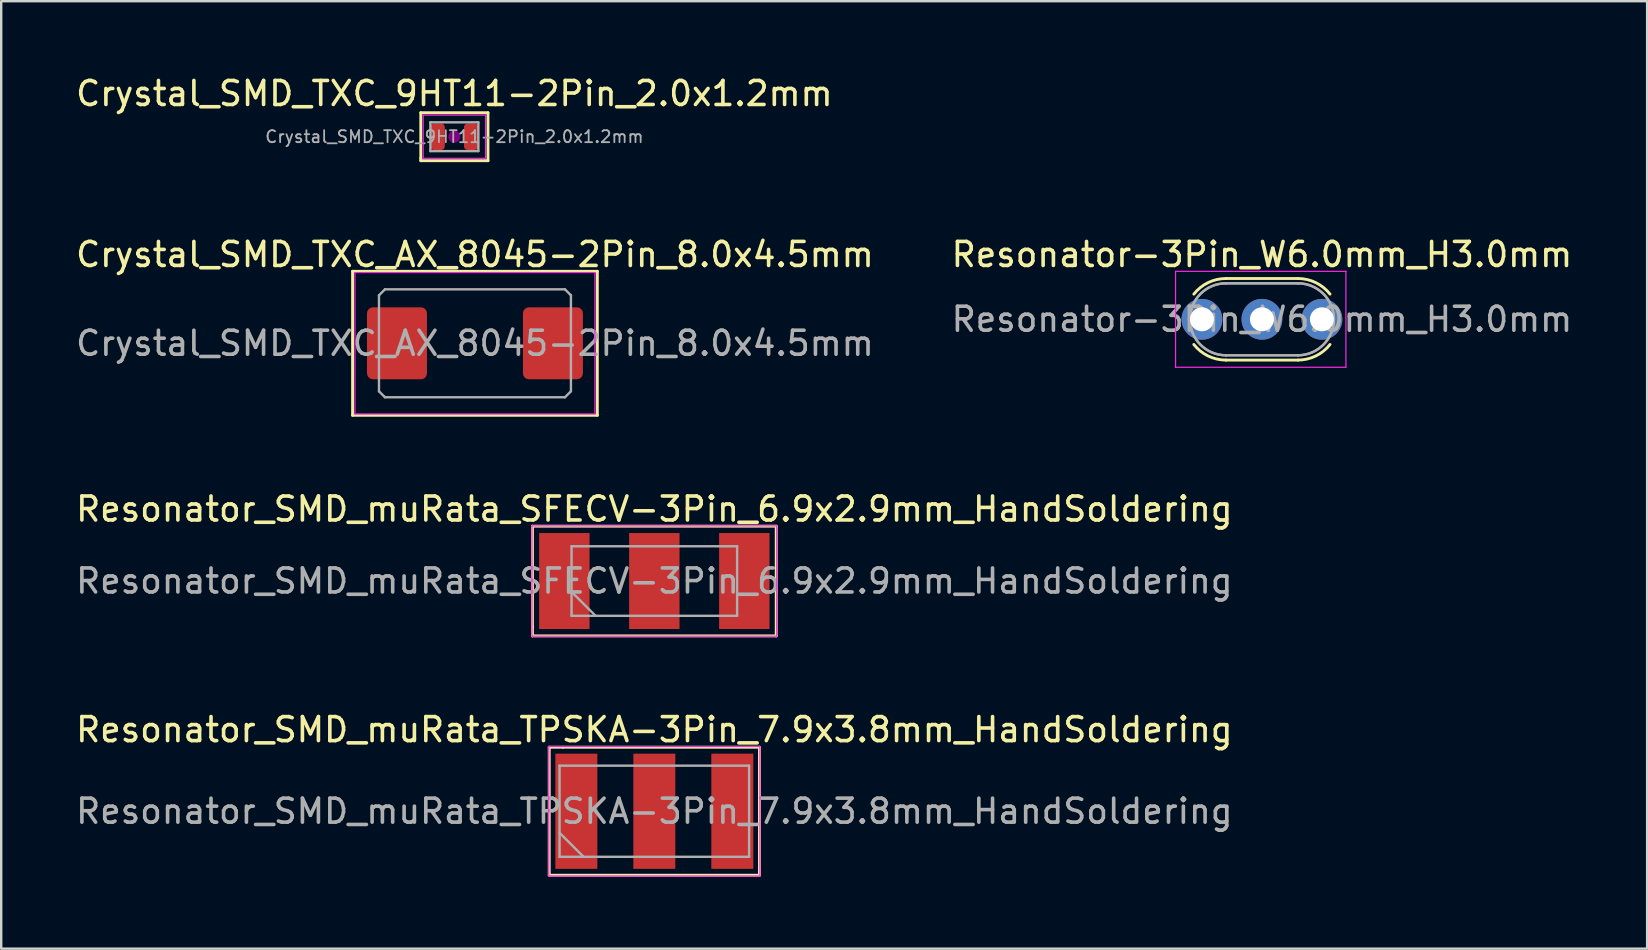
<source format=kicad_pcb>
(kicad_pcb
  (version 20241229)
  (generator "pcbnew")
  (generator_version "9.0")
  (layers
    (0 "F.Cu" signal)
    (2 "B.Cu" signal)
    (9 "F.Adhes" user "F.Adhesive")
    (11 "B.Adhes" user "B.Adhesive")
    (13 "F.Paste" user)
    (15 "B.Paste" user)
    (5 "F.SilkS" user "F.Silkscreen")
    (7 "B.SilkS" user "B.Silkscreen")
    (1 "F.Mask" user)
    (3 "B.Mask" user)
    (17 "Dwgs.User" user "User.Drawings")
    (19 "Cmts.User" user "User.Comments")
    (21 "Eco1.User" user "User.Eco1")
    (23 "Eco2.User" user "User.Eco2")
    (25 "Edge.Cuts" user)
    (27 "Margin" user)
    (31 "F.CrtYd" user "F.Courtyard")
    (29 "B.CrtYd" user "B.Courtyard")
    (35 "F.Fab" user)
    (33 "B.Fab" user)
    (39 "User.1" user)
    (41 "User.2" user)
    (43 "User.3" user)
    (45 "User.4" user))
  (footprint "Resonator-3Pin_W6.0mm_H3.0mm"
    (layer "F.Cu")
    (at 47.042 10.257)
    (property "Reference" "Resonator-3Pin_W6.0mm_H3.0mm" (at 2.5 -2.7 0) (layer "F.SilkS") (effects (font (size 1 1) (thickness 0.15))))
    (attr through_hole)
    (fp_line (start 1 -1.7) (end 4 -1.7) (stroke (width 0.12) (type solid)) (layer "F.SilkS"))
    (fp_line (start 1 1.7) (end 4 1.7) (stroke (width 0.12) (type solid)) (layer "F.SilkS"))
    (fp_arc (start -0.33779 -1.048961) (mid 0.256102 -1.5286) (end 1 -1.7) (stroke (width 0.12) (type solid)) (layer "F.SilkS"))
    (fp_arc (start 1 1.7) (mid 0.256103 1.5286) (end -0.33779 1.048961) (stroke (width 0.12) (type solid)) (layer "F.SilkS"))
    (fp_arc (start 4 -1.7) (mid 4.743897 -1.5286) (end 5.33779 -1.048961) (stroke (width 0.12) (type solid)) (layer "F.SilkS"))
    (fp_arc (start 5.33779 1.048961) (mid 4.743898 1.5286) (end 4 1.7) (stroke (width 0.12) (type solid)) (layer "F.SilkS"))
    (fp_line (start -1.1 -2) (end -1.1 2) (stroke (width 0.05) (type solid)) (layer "F.CrtYd"))
    (fp_line (start -1.1 2) (end 6 2) (stroke (width 0.05) (type solid)) (layer "F.CrtYd"))
    (fp_line (start 6 -2) (end -1.1 -2) (stroke (width 0.05) (type solid)) (layer "F.CrtYd"))
    (fp_line (start 6 2) (end 6 -2) (stroke (width 0.05) (type solid)) (layer "F.CrtYd"))
    (fp_line (start 1 -1.5) (end 4 -1.5) (stroke (width 0.1) (type solid)) (layer "F.Fab"))
    (fp_line (start 1 -1.5) (end 4 -1.5) (stroke (width 0.1) (type solid)) (layer "F.Fab"))
    (fp_line (start 1 1.5) (end 4 1.5) (stroke (width 0.1) (type solid)) (layer "F.Fab"))
    (fp_line (start 1 1.5) (end 4 1.5) (stroke (width 0.1) (type solid)) (layer "F.Fab"))
    (fp_arc (start 1 1.5) (mid -0.5 0) (end 1 -1.5) (stroke (width 0.1) (type solid)) (layer "F.Fab"))
    (fp_arc (start 1 1.5) (mid -0.5 0) (end 1 -1.5) (stroke (width 0.1) (type solid)) (layer "F.Fab"))
    (fp_arc (start 4 -1.5) (mid 5.5 0) (end 4 1.5) (stroke (width 0.1) (type solid)) (layer "F.Fab"))
    (fp_arc (start 4 -1.5) (mid 5.5 0) (end 4 1.5) (stroke (width 0.1) (type solid)) (layer "F.Fab"))
    (fp_text user "${REFERENCE}" (at 2.5 0 0) (layer "F.Fab") (effects (font (size 1 1) (thickness 0.15))))
    (pad "1" thru_hole circle (at 0 0) (size 1.7 1.7) (drill 1) (layers "*.Cu" "*.Mask"))
    (pad "2" thru_hole circle (at 2.5 0) (size 1.7 1.7) (drill 1) (layers "*.Cu" "*.Mask"))
    (pad "3" thru_hole circle (at 5 0) (size 1.7 1.7) (drill 1) (layers "*.Cu" "*.Mask")))
  (footprint "Crystal_SMD_TXC_AX_8045-2Pin_8.0x4.5mm"
    (layer "F.Cu")
    (at 16.744 11.257)
    (property "Reference" "Crystal_SMD_TXC_AX_8045-2Pin_8.0x4.5mm" (at 0 -3.7 0) (layer "F.SilkS") (effects (font (size 1 1) (thickness 0.15))))
    (attr smd)
    (fp_line (start -5.1 -3) (end -5.1 3) (stroke (width 0.12) (type solid)) (layer "F.SilkS"))
    (fp_line (start -5.1 3) (end 5.1 3) (stroke (width 0.12) (type solid)) (layer "F.SilkS"))
    (fp_line (start 5.1 -3) (end -5.1 -3) (stroke (width 0.12) (type solid)) (layer "F.SilkS"))
    (fp_line (start 5.1 3) (end 5.1 -3) (stroke (width 0.12) (type solid)) (layer "F.SilkS"))
    (fp_line (start -5 -2.95) (end -5 2.95) (stroke (width 0.05) (type solid)) (layer "F.CrtYd"))
    (fp_line (start -5 2.95) (end 5 2.95) (stroke (width 0.05) (type solid)) (layer "F.CrtYd"))
    (fp_line (start 5 -2.95) (end -5 -2.95) (stroke (width 0.05) (type solid)) (layer "F.CrtYd"))
    (fp_line (start 5 2.95) (end 5 -2.95) (stroke (width 0.05) (type solid)) (layer "F.CrtYd"))
    (fp_line (start -4 -2) (end -3.75 -2.25) (stroke (width 0.1) (type solid)) (layer "F.Fab"))
    (fp_line (start -4 2) (end -4 -2) (stroke (width 0.1) (type solid)) (layer "F.Fab"))
    (fp_line (start -3.75 -2.25) (end 3.75 -2.25) (stroke (width 0.1) (type solid)) (layer "F.Fab"))
    (fp_line (start -3.75 2.25) (end -4 2) (stroke (width 0.1) (type solid)) (layer "F.Fab"))
    (fp_line (start 3.75 -2.25) (end 4 -2) (stroke (width 0.1) (type solid)) (layer "F.Fab"))
    (fp_line (start 3.75 2.25) (end -3.75 2.25) (stroke (width 0.1) (type solid)) (layer "F.Fab"))
    (fp_line (start 3.75 2.25) (end 4 2) (stroke (width 0.1) (type solid)) (layer "F.Fab"))
    (fp_line (start 4 -2) (end 4 2) (stroke (width 0.1) (type solid)) (layer "F.Fab"))
    (fp_text user "${REFERENCE}" (at 0 0 0) (layer "F.Fab") (effects (font (size 1 1) (thickness 0.15))))
    (pad "1" smd roundrect (at -3.25 0) (size 2.5 3) (layers "F.Cu" "F.Mask" "F.Paste") (roundrect_rratio 0.1))
    (pad "2" smd roundrect (at 3.25 0) (size 2.5 3) (layers "F.Cu" "F.Mask" "F.Paste") (roundrect_rratio 0.1)))
  (footprint "Crystal_SMD_TXC_9HT11-2Pin_2.0x1.2mm"
    (layer "F.Cu")
    (at 15.887 2.648)
    (property "Reference" "Crystal_SMD_TXC_9HT11-2Pin_2.0x1.2mm" (at 0 -1.8 0) (layer "F.SilkS") (effects (font (size 1 1) (thickness 0.15))))
    (attr smd)
    (fp_line (start -1.4 -1) (end -1.4 0.9) (stroke (width 0.12) (type solid)) (layer "F.SilkS"))
    (fp_line (start -1.4 0.9) (end -1.4 1) (stroke (width 0.12) (type solid)) (layer "F.SilkS"))
    (fp_line (start -1.4 1) (end 1.4 1) (stroke (width 0.12) (type solid)) (layer "F.SilkS"))
    (fp_line (start 1.4 -1) (end -1.4 -1) (stroke (width 0.12) (type solid)) (layer "F.SilkS"))
    (fp_line (start 1.4 1) (end 1.4 -1) (stroke (width 0.12) (type solid)) (layer "F.SilkS"))
    (fp_circle (center 0 0) (end 0.047 0) (stroke (width 0.093) (type solid)) (fill no) (layer "F.Adhes"))
    (fp_circle (center 0 0) (end 0.107 0) (stroke (width 0.067) (type solid)) (fill no) (layer "F.Adhes"))
    (fp_circle (center 0 0) (end 0.167 0) (stroke (width 0.067) (type solid)) (fill no) (layer "F.Adhes"))
    (fp_circle (center 0 0) (end 0.2 0) (stroke (width 0.1) (type solid)) (fill no) (layer "F.Adhes"))
    (fp_line (start -1.3 -0.9) (end -1.3 0.9) (stroke (width 0.05) (type solid)) (layer "F.CrtYd"))
    (fp_line (start -1.3 0.9) (end 1.3 0.9) (stroke (width 0.05) (type solid)) (layer "F.CrtYd"))
    (fp_line (start 1.3 -0.9) (end -1.3 -0.9) (stroke (width 0.05) (type solid)) (layer "F.CrtYd"))
    (fp_line (start 1.3 0.9) (end 1.3 -0.9) (stroke (width 0.05) (type solid)) (layer "F.CrtYd"))
    (fp_line (start -1 -0.6) (end -1 0.6) (stroke (width 0.1) (type solid)) (layer "F.Fab"))
    (fp_line (start -1 0.6) (end 1 0.6) (stroke (width 0.1) (type solid)) (layer "F.Fab"))
    (fp_line (start 1 -0.6) (end -1 -0.6) (stroke (width 0.1) (type solid)) (layer "F.Fab"))
    (fp_line (start 1 0.6) (end 1 -0.6) (stroke (width 0.1) (type solid)) (layer "F.Fab"))
    (fp_text user "${REFERENCE}" (at 0 0 0) (layer "F.Fab") (effects (font (size 0.5 0.5) (thickness 0.075))))
    (pad "1" smd roundrect (at -0.7 0) (size 0.6 1.1) (layers "F.Cu" "F.Mask" "F.Paste") (roundrect_rratio 0.25))
    (pad "2" smd roundrect (at 0.7 0) (size 0.6 1.1) (layers "F.Cu" "F.Mask" "F.Paste") (roundrect_rratio 0.25)))
  (footprint "Resonator_SMD_muRata_TPSKA-3Pin_7.9x3.8mm_HandSoldering"
    (layer "F.Cu")
    (at 24.22 30.759)
    (property "Reference" "Resonator_SMD_muRata_TPSKA-3Pin_7.9x3.8mm_HandSoldering" (at 0 -3.4 0) (layer "F.SilkS") (effects (font (size 1 1) (thickness 0.15))))
    (attr smd)
    (fp_line (start -4.381 -2.667) (end -4.381 2.667) (stroke (width 0.12) (type solid)) (layer "F.SilkS"))
    (fp_line (start -4.381 2.667) (end 4.381 2.667) (stroke (width 0.12) (type solid)) (layer "F.SilkS"))
    (fp_line (start -3.81 -2.667) (end -4.381 -2.667) (stroke (width 0.12) (type solid)) (layer "F.SilkS"))
    (fp_line (start 4.381 -2.667) (end -3.81 -2.667) (stroke (width 0.12) (type solid)) (layer "F.SilkS"))
    (fp_line (start 4.381 2.667) (end 4.381 -2.667) (stroke (width 0.12) (type solid)) (layer "F.SilkS"))
    (fp_line (start -4.4 -2.7) (end -4.4 2.7) (stroke (width 0.05) (type solid)) (layer "F.CrtYd"))
    (fp_line (start -4.4 2.7) (end 4.4 2.7) (stroke (width 0.05) (type solid)) (layer "F.CrtYd"))
    (fp_line (start 4.4 -2.7) (end -4.4 -2.7) (stroke (width 0.05) (type solid)) (layer "F.CrtYd"))
    (fp_line (start 4.4 2.7) (end 4.4 -2.7) (stroke (width 0.05) (type solid)) (layer "F.CrtYd"))
    (fp_line (start -3.95 -1.9) (end -3.95 1.9) (stroke (width 0.1) (type solid)) (layer "F.Fab"))
    (fp_line (start -3.95 0.9) (end -2.95 1.9) (stroke (width 0.1) (type solid)) (layer "F.Fab"))
    (fp_line (start -3.95 1.9) (end 3.95 1.9) (stroke (width 0.1) (type solid)) (layer "F.Fab"))
    (fp_line (start 3.95 -1.9) (end -3.95 -1.9) (stroke (width 0.1) (type solid)) (layer "F.Fab"))
    (fp_line (start 3.95 1.9) (end 3.95 -1.9) (stroke (width 0.1) (type solid)) (layer "F.Fab"))
    (fp_text user "${REFERENCE}" (at 0 0 0) (layer "F.Fab") (effects (font (size 1 1) (thickness 0.15))))
    (pad "1" smd rect (at -3.25 0) (size 1.75 4.8) (layers "F.Cu" "F.Mask" "F.Paste"))
    (pad "2" smd rect (at 0 0) (size 1.75 4.8) (layers "F.Cu" "F.Mask" "F.Paste"))
    (pad "3" smd rect (at 3.25 0) (size 1.75 4.8) (layers "F.Cu" "F.Mask" "F.Paste")))
  (footprint "Resonator_SMD_muRata_SFECV-3Pin_6.9x2.9mm_HandSoldering"
    (layer "F.Cu")
    (at 24.22 21.165)
    (property "Reference" "Resonator_SMD_muRata_SFECV-3Pin_6.9x2.9mm_HandSoldering" (at 0 -3 0) (layer "F.SilkS") (effects (font (size 1 1) (thickness 0.15))))
    (attr smd)
    (fp_line (start -5.08 -2.286) (end -5.08 1.905) (stroke (width 0.12) (type solid)) (layer "F.SilkS"))
    (fp_line (start -5.08 1.905) (end -5.08 2.286) (stroke (width 0.12) (type solid)) (layer "F.SilkS"))
    (fp_line (start -5.08 2.286) (end 5.08 2.286) (stroke (width 0.12) (type solid)) (layer "F.SilkS"))
    (fp_line (start 5.08 -2.286) (end -5.08 -2.286) (stroke (width 0.12) (type solid)) (layer "F.SilkS"))
    (fp_line (start 5.08 2.286) (end 5.08 -2.286) (stroke (width 0.12) (type solid)) (layer "F.SilkS"))
    (fp_line (start -5.1 -2.3) (end -5.1 2.3) (stroke (width 0.05) (type solid)) (layer "F.CrtYd"))
    (fp_line (start -5.1 2.3) (end 5.1 2.3) (stroke (width 0.05) (type solid)) (layer "F.CrtYd"))
    (fp_line (start 5.1 -2.3) (end -5.1 -2.3) (stroke (width 0.05) (type solid)) (layer "F.CrtYd"))
    (fp_line (start 5.1 2.3) (end 5.1 -2.3) (stroke (width 0.05) (type solid)) (layer "F.CrtYd"))
    (fp_line (start -3.45 -1.45) (end -3.45 1.45) (stroke (width 0.1) (type solid)) (layer "F.Fab"))
    (fp_line (start -3.45 0.45) (end -2.45 1.45) (stroke (width 0.1) (type solid)) (layer "F.Fab"))
    (fp_line (start -3.45 1.45) (end 3.45 1.45) (stroke (width 0.1) (type solid)) (layer "F.Fab"))
    (fp_line (start 3.45 -1.45) (end -3.45 -1.45) (stroke (width 0.1) (type solid)) (layer "F.Fab"))
    (fp_line (start 3.45 1.45) (end 3.45 -1.45) (stroke (width 0.1) (type solid)) (layer "F.Fab"))
    (fp_text user "${REFERENCE}" (at 0 0 0) (layer "F.Fab") (effects (font (size 1 1) (thickness 0.15))))
    (pad "1" smd rect (at -3.75 0) (size 2.1 4) (layers "F.Cu" "F.Mask" "F.Paste"))
    (pad "2" smd rect (at 0 0) (size 2.1 4) (layers "F.Cu" "F.Mask" "F.Paste"))
    (pad "3" smd rect (at 3.75 0) (size 2.1 4) (layers "F.Cu" "F.Mask" "F.Paste")))
  (gr_rect
    (start -3 -3)
    (end 65.595 36.486)
    (stroke (width 0.1) (type default))
    (fill no)
    (layer "Edge.Cuts")))
</source>
